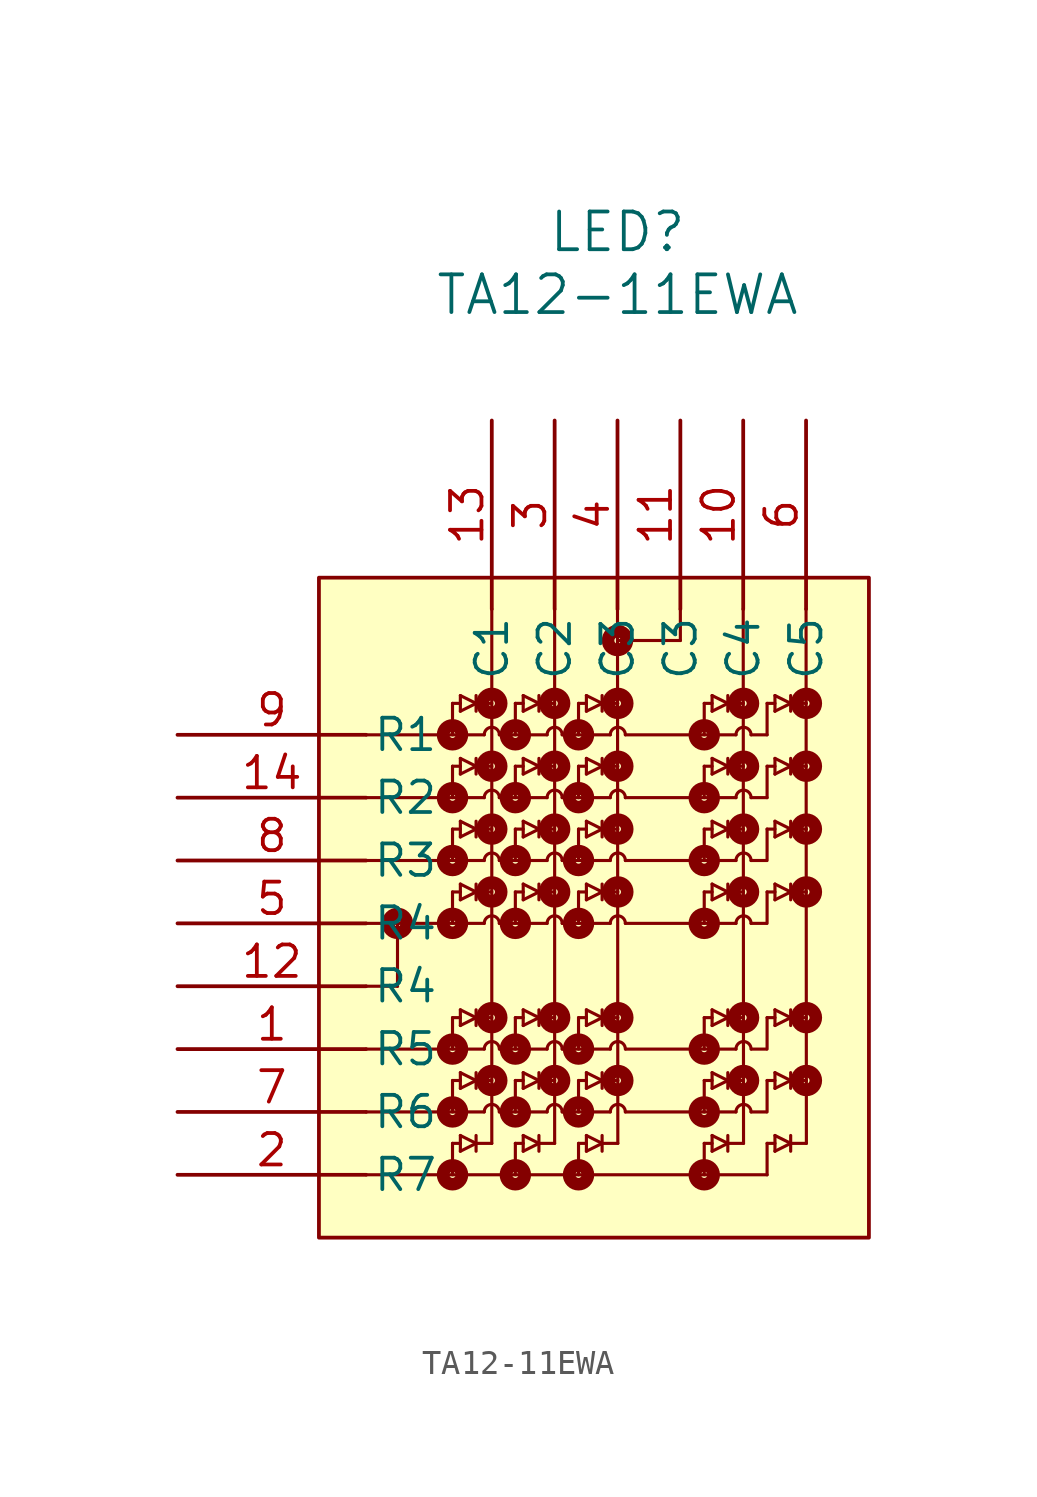
<source format=kicad_sym>
(kicad_symbol_lib
  (version 20231120)
  (generator "kicad_symbol_editor")
  (generator_version "8.0")
  (symbol "TA12-11EWA"
    (pin_names
      (offset 0.254))
    (property "Reference" "LED"
      (at 17.78 20.32 0)
      (effects (font (size 1.524 1.524))))
    (property "Value" "TA12-11EWA"
      (at 17.78 17.78 0)
      (effects (font (size 1.524 1.524))))
    (property "ki_locked" ""
      (at 0 0 0)
      (effects (font (size 1.27 1.27))))
    (symbol "TA12-11EWA_0_1"
      (polyline (pts (xy 7.62 -15.24) (xy 12.395 -15.24)) (stroke (width 0.127) (type default)) (fill (type none)))
      (polyline (pts (xy 7.62 -12.7) (xy 12.395 -12.7)) (stroke (width 0.127) (type default)) (fill (type none)))
      (polyline (pts (xy 7.62 -10.16) (xy 8.89 -10.16)) (stroke (width 0.127) (type default)) (fill (type none)))
      (polyline (pts (xy 7.62 -7.62) (xy 12.395 -7.62)) (stroke (width 0.127) (type default)) (fill (type none)))
      (polyline (pts (xy 7.62 -5.08) (xy 12.395 -5.08)) (stroke (width 0.127) (type default)) (fill (type none)))
      (polyline (pts (xy 7.62 -2.54) (xy 12.395 -2.54)) (stroke (width 0.127) (type default)) (fill (type none)))
      (polyline (pts (xy 7.62 0) (xy 12.395 0)) (stroke (width 0.127) (type default)) (fill (type none)))
      (polyline (pts (xy 8.89 -10.16) (xy 8.89 -7.62)) (stroke (width 0.127) (type default)) (fill (type none)))
      (polyline (pts (xy 11.113 -17.78) (xy 11.113 -16.51)) (stroke (width 0.127) (type default)) (fill (type none)))
      (polyline (pts (xy 11.113 -16.51) (xy 11.43 -16.51)) (stroke (width 0.127) (type default)) (fill (type none)))
      (polyline (pts (xy 11.113 -15.24) (xy 11.113 -13.97)) (stroke (width 0.127) (type default)) (fill (type none)))
      (polyline (pts (xy 11.113 -13.97) (xy 11.43 -13.97)) (stroke (width 0.127) (type default)) (fill (type none)))
      (polyline (pts (xy 11.113 -12.7) (xy 11.113 -11.43)) (stroke (width 0.127) (type default)) (fill (type none)))
      (polyline (pts (xy 11.113 -11.43) (xy 11.43 -11.43)) (stroke (width 0.127) (type default)) (fill (type none)))
      (polyline (pts (xy 11.113 -7.62) (xy 11.113 -6.35)) (stroke (width 0.127) (type default)) (fill (type none)))
      (polyline (pts (xy 11.113 -6.35) (xy 11.43 -6.35)) (stroke (width 0.127) (type default)) (fill (type none)))
      (polyline (pts (xy 11.113 -5.08) (xy 11.113 -3.81)) (stroke (width 0.127) (type default)) (fill (type none)))
      (polyline (pts (xy 11.113 -3.81) (xy 11.43 -3.81)) (stroke (width 0.127) (type default)) (fill (type none)))
      (polyline (pts (xy 11.113 -2.54) (xy 11.113 -1.27)) (stroke (width 0.127) (type default)) (fill (type none)))
      (polyline (pts (xy 11.113 -1.27) (xy 11.43 -1.27)) (stroke (width 0.127) (type default)) (fill (type none)))
      (polyline (pts (xy 11.113 0) (xy 11.113 1.27)) (stroke (width 0.127) (type default)) (fill (type none)))
      (polyline (pts (xy 11.113 1.27) (xy 11.43 1.27)) (stroke (width 0.127) (type default)) (fill (type none)))
      (polyline (pts (xy 11.43 -16.828) (xy 12.065 -16.51)) (stroke (width 0.127) (type default)) (fill (type none)))
      (polyline (pts (xy 11.43 -16.192) (xy 11.43 -16.828)) (stroke (width 0.127) (type default)) (fill (type none)))
      (polyline (pts (xy 11.43 -14.287) (xy 12.065 -13.97)) (stroke (width 0.127) (type default)) (fill (type none)))
      (polyline (pts (xy 11.43 -13.652) (xy 11.43 -14.287)) (stroke (width 0.127) (type default)) (fill (type none)))
      (polyline (pts (xy 11.43 -11.748) (xy 12.065 -11.43)) (stroke (width 0.127) (type default)) (fill (type none)))
      (polyline (pts (xy 11.43 -11.113) (xy 11.43 -11.748)) (stroke (width 0.127) (type default)) (fill (type none)))
      (polyline (pts (xy 11.43 -6.668) (xy 12.065 -6.35)) (stroke (width 0.127) (type default)) (fill (type none)))
      (polyline (pts (xy 11.43 -6.032) (xy 11.43 -6.668)) (stroke (width 0.127) (type default)) (fill (type none)))
      (polyline (pts (xy 11.43 -4.128) (xy 12.065 -3.81)) (stroke (width 0.127) (type default)) (fill (type none)))
      (polyline (pts (xy 11.43 -3.493) (xy 11.43 -4.128)) (stroke (width 0.127) (type default)) (fill (type none)))
      (polyline (pts (xy 11.43 -1.587) (xy 12.065 -1.27)) (stroke (width 0.127) (type default)) (fill (type none)))
      (polyline (pts (xy 11.43 -0.953) (xy 11.43 -1.587)) (stroke (width 0.127) (type default)) (fill (type none)))
      (polyline (pts (xy 11.43 0.953) (xy 12.065 1.27)) (stroke (width 0.127) (type default)) (fill (type none)))
      (polyline (pts (xy 11.43 1.587) (xy 11.43 0.953)) (stroke (width 0.127) (type default)) (fill (type none)))
      (polyline (pts (xy 12.065 -16.51) (xy 11.43 -16.192)) (stroke (width 0.127) (type default)) (fill (type none)))
      (polyline (pts (xy 12.065 -16.192) (xy 12.065 -16.828)) (stroke (width 0.127) (type default)) (fill (type none)))
      (polyline (pts (xy 12.065 -13.97) (xy 11.43 -13.652)) (stroke (width 0.127) (type default)) (fill (type none)))
      (polyline (pts (xy 12.065 -13.652) (xy 12.065 -14.287)) (stroke (width 0.127) (type default)) (fill (type none)))
      (polyline (pts (xy 12.065 -11.43) (xy 11.43 -11.113)) (stroke (width 0.127) (type default)) (fill (type none)))
      (polyline (pts (xy 12.065 -11.113) (xy 12.065 -11.748)) (stroke (width 0.127) (type default)) (fill (type none)))
      (polyline (pts (xy 12.065 -6.35) (xy 11.43 -6.032)) (stroke (width 0.127) (type default)) (fill (type none)))
      (polyline (pts (xy 12.065 -6.032) (xy 12.065 -6.668)) (stroke (width 0.127) (type default)) (fill (type none)))
      (polyline (pts (xy 12.065 -3.81) (xy 11.43 -3.493)) (stroke (width 0.127) (type default)) (fill (type none)))
      (polyline (pts (xy 12.065 -3.493) (xy 12.065 -4.128)) (stroke (width 0.127) (type default)) (fill (type none)))
      (polyline (pts (xy 12.065 -1.27) (xy 11.43 -0.953)) (stroke (width 0.127) (type default)) (fill (type none)))
      (polyline (pts (xy 12.065 -0.953) (xy 12.065 -1.587)) (stroke (width 0.127) (type default)) (fill (type none)))
      (polyline (pts (xy 12.065 1.27) (xy 11.43 1.587)) (stroke (width 0.127) (type default)) (fill (type none)))
      (polyline (pts (xy 12.065 1.587) (xy 12.065 0.953)) (stroke (width 0.127) (type default)) (fill (type none)))
      (polyline (pts (xy 12.7 -16.51) (xy 12.065 -16.51)) (stroke (width 0.127) (type default)) (fill (type none)))
      (polyline (pts (xy 12.7 -16.51) (xy 12.7 5.08)) (stroke (width 0.127) (type default)) (fill (type none)))
      (polyline (pts (xy 12.7 -13.97) (xy 12.065 -13.97)) (stroke (width 0.127) (type default)) (fill (type none)))
      (polyline (pts (xy 12.7 -11.43) (xy 12.065 -11.43)) (stroke (width 0.127) (type default)) (fill (type none)))
      (polyline (pts (xy 12.7 -6.35) (xy 12.065 -6.35)) (stroke (width 0.127) (type default)) (fill (type none)))
      (polyline (pts (xy 12.7 -3.81) (xy 12.065 -3.81)) (stroke (width 0.127) (type default)) (fill (type none)))
      (polyline (pts (xy 12.7 -1.27) (xy 12.065 -1.27)) (stroke (width 0.127) (type default)) (fill (type none)))
      (polyline (pts (xy 12.7 1.27) (xy 12.065 1.27)) (stroke (width 0.127) (type default)) (fill (type none)))
      (polyline (pts (xy 13.005 -15.24) (xy 14.935 -15.24)) (stroke (width 0.127) (type default)) (fill (type none)))
      (polyline (pts (xy 13.005 -7.62) (xy 14.935 -7.62)) (stroke (width 0.127) (type default)) (fill (type none)))
      (polyline (pts (xy 13.005 -5.08) (xy 14.935 -5.08)) (stroke (width 0.127) (type default)) (fill (type none)))
      (polyline (pts (xy 13.005 -2.54) (xy 14.935 -2.54)) (stroke (width 0.127) (type default)) (fill (type none)))
      (polyline (pts (xy 13.005 0) (xy 14.935 0)) (stroke (width 0.127) (type default)) (fill (type none)))
      (polyline (pts (xy 13.018 -12.7) (xy 14.935 -12.7)) (stroke (width 0.127) (type default)) (fill (type none)))
      (polyline (pts (xy 13.652 -17.78) (xy 13.652 -16.51)) (stroke (width 0.127) (type default)) (fill (type none)))
      (polyline (pts (xy 13.652 -16.51) (xy 13.97 -16.51)) (stroke (width 0.127) (type default)) (fill (type none)))
      (polyline (pts (xy 13.652 -15.24) (xy 13.652 -13.97)) (stroke (width 0.127) (type default)) (fill (type none)))
      (polyline (pts (xy 13.652 -13.97) (xy 13.97 -13.97)) (stroke (width 0.127) (type default)) (fill (type none)))
      (polyline (pts (xy 13.652 -12.7) (xy 13.652 -11.43)) (stroke (width 0.127) (type default)) (fill (type none)))
      (polyline (pts (xy 13.652 -11.43) (xy 13.97 -11.43)) (stroke (width 0.127) (type default)) (fill (type none)))
      (polyline (pts (xy 13.652 -7.62) (xy 13.652 -6.35)) (stroke (width 0.127) (type default)) (fill (type none)))
      (polyline (pts (xy 13.652 -6.35) (xy 13.97 -6.35)) (stroke (width 0.127) (type default)) (fill (type none)))
      (polyline (pts (xy 13.652 -5.08) (xy 13.652 -3.81)) (stroke (width 0.127) (type default)) (fill (type none)))
      (polyline (pts (xy 13.652 -3.81) (xy 13.97 -3.81)) (stroke (width 0.127) (type default)) (fill (type none)))
      (polyline (pts (xy 13.652 -2.54) (xy 13.652 -1.27)) (stroke (width 0.127) (type default)) (fill (type none)))
      (polyline (pts (xy 13.652 -1.27) (xy 13.97 -1.27)) (stroke (width 0.127) (type default)) (fill (type none)))
      (polyline (pts (xy 13.652 0) (xy 13.652 1.27)) (stroke (width 0.127) (type default)) (fill (type none)))
      (polyline (pts (xy 13.652 1.27) (xy 13.97 1.27)) (stroke (width 0.127) (type default)) (fill (type none)))
      (polyline (pts (xy 13.97 -16.828) (xy 14.605 -16.51)) (stroke (width 0.127) (type default)) (fill (type none)))
      (polyline (pts (xy 13.97 -16.192) (xy 13.97 -16.828)) (stroke (width 0.127) (type default)) (fill (type none)))
      (polyline (pts (xy 13.97 -14.287) (xy 14.605 -13.97)) (stroke (width 0.127) (type default)) (fill (type none)))
      (polyline (pts (xy 13.97 -13.652) (xy 13.97 -14.287)) (stroke (width 0.127) (type default)) (fill (type none)))
      (polyline (pts (xy 13.97 -11.748) (xy 14.605 -11.43)) (stroke (width 0.127) (type default)) (fill (type none)))
      (polyline (pts (xy 13.97 -11.113) (xy 13.97 -11.748)) (stroke (width 0.127) (type default)) (fill (type none)))
      (polyline (pts (xy 13.97 -6.668) (xy 14.605 -6.35)) (stroke (width 0.127) (type default)) (fill (type none)))
      (polyline (pts (xy 13.97 -6.032) (xy 13.97 -6.668)) (stroke (width 0.127) (type default)) (fill (type none)))
      (polyline (pts (xy 13.97 -4.128) (xy 14.605 -3.81)) (stroke (width 0.127) (type default)) (fill (type none)))
      (polyline (pts (xy 13.97 -3.493) (xy 13.97 -4.128)) (stroke (width 0.127) (type default)) (fill (type none)))
      (polyline (pts (xy 13.97 -1.587) (xy 14.605 -1.27)) (stroke (width 0.127) (type default)) (fill (type none)))
      (polyline (pts (xy 13.97 -0.953) (xy 13.97 -1.587)) (stroke (width 0.127) (type default)) (fill (type none)))
      (polyline (pts (xy 13.97 0.953) (xy 14.605 1.27)) (stroke (width 0.127) (type default)) (fill (type none)))
      (polyline (pts (xy 13.97 1.587) (xy 13.97 0.953)) (stroke (width 0.127) (type default)) (fill (type none)))
      (polyline (pts (xy 14.605 -16.51) (xy 13.97 -16.192)) (stroke (width 0.127) (type default)) (fill (type none)))
      (polyline (pts (xy 14.605 -16.192) (xy 14.605 -16.828)) (stroke (width 0.127) (type default)) (fill (type none)))
      (polyline (pts (xy 14.605 -13.97) (xy 13.97 -13.652)) (stroke (width 0.127) (type default)) (fill (type none)))
      (polyline (pts (xy 14.605 -13.652) (xy 14.605 -14.287)) (stroke (width 0.127) (type default)) (fill (type none)))
      (polyline (pts (xy 14.605 -11.43) (xy 13.97 -11.113)) (stroke (width 0.127) (type default)) (fill (type none)))
      (polyline (pts (xy 14.605 -11.113) (xy 14.605 -11.748)) (stroke (width 0.127) (type default)) (fill (type none)))
      (polyline (pts (xy 14.605 -6.35) (xy 13.97 -6.032)) (stroke (width 0.127) (type default)) (fill (type none)))
      (polyline (pts (xy 14.605 -6.032) (xy 14.605 -6.668)) (stroke (width 0.127) (type default)) (fill (type none)))
      (polyline (pts (xy 14.605 -3.81) (xy 13.97 -3.493)) (stroke (width 0.127) (type default)) (fill (type none)))
      (polyline (pts (xy 14.605 -3.493) (xy 14.605 -4.128)) (stroke (width 0.127) (type default)) (fill (type none)))
      (polyline (pts (xy 14.605 -1.27) (xy 13.97 -0.953)) (stroke (width 0.127) (type default)) (fill (type none)))
      (polyline (pts (xy 14.605 -0.953) (xy 14.605 -1.587)) (stroke (width 0.127) (type default)) (fill (type none)))
      (polyline (pts (xy 14.605 1.27) (xy 13.97 1.587)) (stroke (width 0.127) (type default)) (fill (type none)))
      (polyline (pts (xy 14.605 1.587) (xy 14.605 0.953)) (stroke (width 0.127) (type default)) (fill (type none)))
      (polyline (pts (xy 15.24 -16.51) (xy 14.605 -16.51)) (stroke (width 0.127) (type default)) (fill (type none)))
      (polyline (pts (xy 15.24 -13.97) (xy 14.605 -13.97)) (stroke (width 0.127) (type default)) (fill (type none)))
      (polyline (pts (xy 15.24 -11.43) (xy 14.605 -11.43)) (stroke (width 0.127) (type default)) (fill (type none)))
      (polyline (pts (xy 15.24 -6.35) (xy 14.605 -6.35)) (stroke (width 0.127) (type default)) (fill (type none)))
      (polyline (pts (xy 15.24 -3.81) (xy 14.605 -3.81)) (stroke (width 0.127) (type default)) (fill (type none)))
      (polyline (pts (xy 15.24 -1.27) (xy 14.605 -1.27)) (stroke (width 0.127) (type default)) (fill (type none)))
      (polyline (pts (xy 15.24 1.27) (xy 14.605 1.27)) (stroke (width 0.127) (type default)) (fill (type none)))
      (polyline (pts (xy 15.24 5.08) (xy 15.24 -16.51)) (stroke (width 0.127) (type default)) (fill (type none)))
      (polyline (pts (xy 15.545 -15.24) (xy 17.488 -15.24)) (stroke (width 0.127) (type default)) (fill (type none)))
      (polyline (pts (xy 15.545 -12.7) (xy 17.488 -12.7)) (stroke (width 0.127) (type default)) (fill (type none)))
      (polyline (pts (xy 15.545 -7.62) (xy 17.488 -7.62)) (stroke (width 0.127) (type default)) (fill (type none)))
      (polyline (pts (xy 15.545 -5.08) (xy 17.488 -5.08)) (stroke (width 0.127) (type default)) (fill (type none)))
      (polyline (pts (xy 15.545 -2.54) (xy 17.488 -2.54)) (stroke (width 0.127) (type default)) (fill (type none)))
      (polyline (pts (xy 15.545 0) (xy 17.488 0)) (stroke (width 0.127) (type default)) (fill (type none)))
      (polyline (pts (xy 16.205 -17.78) (xy 16.205 -16.51)) (stroke (width 0.127) (type default)) (fill (type none)))
      (polyline (pts (xy 16.205 -16.51) (xy 16.523 -16.51)) (stroke (width 0.127) (type default)) (fill (type none)))
      (polyline (pts (xy 16.205 -15.24) (xy 16.205 -13.97)) (stroke (width 0.127) (type default)) (fill (type none)))
      (polyline (pts (xy 16.205 -13.97) (xy 16.523 -13.97)) (stroke (width 0.127) (type default)) (fill (type none)))
      (polyline (pts (xy 16.205 -12.7) (xy 16.205 -11.43)) (stroke (width 0.127) (type default)) (fill (type none)))
      (polyline (pts (xy 16.205 -11.43) (xy 16.523 -11.43)) (stroke (width 0.127) (type default)) (fill (type none)))
      (polyline (pts (xy 16.205 -7.62) (xy 16.205 -6.35)) (stroke (width 0.127) (type default)) (fill (type none)))
      (polyline (pts (xy 16.205 -6.35) (xy 16.523 -6.35)) (stroke (width 0.127) (type default)) (fill (type none)))
      (polyline (pts (xy 16.205 -5.08) (xy 16.205 -3.81)) (stroke (width 0.127) (type default)) (fill (type none)))
      (polyline (pts (xy 16.205 -3.81) (xy 16.523 -3.81)) (stroke (width 0.127) (type default)) (fill (type none)))
      (polyline (pts (xy 16.205 -2.54) (xy 16.205 -1.27)) (stroke (width 0.127) (type default)) (fill (type none)))
      (polyline (pts (xy 16.205 -1.27) (xy 16.523 -1.27)) (stroke (width 0.127) (type default)) (fill (type none)))
      (polyline (pts (xy 16.205 0) (xy 16.205 1.27)) (stroke (width 0.127) (type default)) (fill (type none)))
      (polyline (pts (xy 16.205 1.27) (xy 16.523 1.27)) (stroke (width 0.127) (type default)) (fill (type none)))
      (polyline (pts (xy 16.523 -16.828) (xy 17.158 -16.51)) (stroke (width 0.127) (type default)) (fill (type none)))
      (polyline (pts (xy 16.523 -16.192) (xy 16.523 -16.828)) (stroke (width 0.127) (type default)) (fill (type none)))
      (polyline (pts (xy 16.523 -14.287) (xy 17.158 -13.97)) (stroke (width 0.127) (type default)) (fill (type none)))
      (polyline (pts (xy 16.523 -13.652) (xy 16.523 -14.287)) (stroke (width 0.127) (type default)) (fill (type none)))
      (polyline (pts (xy 16.523 -11.748) (xy 17.158 -11.43)) (stroke (width 0.127) (type default)) (fill (type none)))
      (polyline (pts (xy 16.523 -11.113) (xy 16.523 -11.748)) (stroke (width 0.127) (type default)) (fill (type none)))
      (polyline (pts (xy 16.523 -6.668) (xy 17.158 -6.35)) (stroke (width 0.127) (type default)) (fill (type none)))
      (polyline (pts (xy 16.523 -6.032) (xy 16.523 -6.668)) (stroke (width 0.127) (type default)) (fill (type none)))
      (polyline (pts (xy 16.523 -4.128) (xy 17.158 -3.81)) (stroke (width 0.127) (type default)) (fill (type none)))
      (polyline (pts (xy 16.523 -3.493) (xy 16.523 -4.128)) (stroke (width 0.127) (type default)) (fill (type none)))
      (polyline (pts (xy 16.523 -1.587) (xy 17.158 -1.27)) (stroke (width 0.127) (type default)) (fill (type none)))
      (polyline (pts (xy 16.523 -0.953) (xy 16.523 -1.587)) (stroke (width 0.127) (type default)) (fill (type none)))
      (polyline (pts (xy 16.523 0.953) (xy 17.158 1.27)) (stroke (width 0.127) (type default)) (fill (type none)))
      (polyline (pts (xy 16.523 1.587) (xy 16.523 0.953)) (stroke (width 0.127) (type default)) (fill (type none)))
      (polyline (pts (xy 17.158 -16.51) (xy 16.523 -16.192)) (stroke (width 0.127) (type default)) (fill (type none)))
      (polyline (pts (xy 17.158 -16.192) (xy 17.158 -16.828)) (stroke (width 0.127) (type default)) (fill (type none)))
      (polyline (pts (xy 17.158 -13.97) (xy 16.523 -13.652)) (stroke (width 0.127) (type default)) (fill (type none)))
      (polyline (pts (xy 17.158 -13.652) (xy 17.158 -14.287)) (stroke (width 0.127) (type default)) (fill (type none)))
      (polyline (pts (xy 17.158 -11.43) (xy 16.523 -11.113)) (stroke (width 0.127) (type default)) (fill (type none)))
      (polyline (pts (xy 17.158 -11.113) (xy 17.158 -11.748)) (stroke (width 0.127) (type default)) (fill (type none)))
      (polyline (pts (xy 17.158 -6.35) (xy 16.523 -6.032)) (stroke (width 0.127) (type default)) (fill (type none)))
      (polyline (pts (xy 17.158 -6.032) (xy 17.158 -6.668)) (stroke (width 0.127) (type default)) (fill (type none)))
      (polyline (pts (xy 17.158 -3.81) (xy 16.523 -3.493)) (stroke (width 0.127) (type default)) (fill (type none)))
      (polyline (pts (xy 17.158 -3.493) (xy 17.158 -4.128)) (stroke (width 0.127) (type default)) (fill (type none)))
      (polyline (pts (xy 17.158 -1.27) (xy 16.523 -0.953)) (stroke (width 0.127) (type default)) (fill (type none)))
      (polyline (pts (xy 17.158 -0.953) (xy 17.158 -1.587)) (stroke (width 0.127) (type default)) (fill (type none)))
      (polyline (pts (xy 17.158 1.27) (xy 16.523 1.587)) (stroke (width 0.127) (type default)) (fill (type none)))
      (polyline (pts (xy 17.158 1.587) (xy 17.158 0.953)) (stroke (width 0.127) (type default)) (fill (type none)))
      (polyline (pts (xy 17.793 -16.51) (xy 17.158 -16.51)) (stroke (width 0.127) (type default)) (fill (type none)))
      (polyline (pts (xy 17.793 -16.51) (xy 17.78 5.08)) (stroke (width 0.127) (type default)) (fill (type none)))
      (polyline (pts (xy 17.793 -13.97) (xy 17.158 -13.97)) (stroke (width 0.127) (type default)) (fill (type none)))
      (polyline (pts (xy 17.793 -11.43) (xy 17.158 -11.43)) (stroke (width 0.127) (type default)) (fill (type none)))
      (polyline (pts (xy 17.793 -6.35) (xy 17.158 -6.35)) (stroke (width 0.127) (type default)) (fill (type none)))
      (polyline (pts (xy 17.793 -3.81) (xy 17.158 -3.81)) (stroke (width 0.127) (type default)) (fill (type none)))
      (polyline (pts (xy 17.793 -1.27) (xy 17.158 -1.27)) (stroke (width 0.127) (type default)) (fill (type none)))
      (polyline (pts (xy 17.793 1.27) (xy 17.158 1.27)) (stroke (width 0.127) (type default)) (fill (type none)))
      (polyline (pts (xy 18.098 -15.24) (xy 22.568 -15.24)) (stroke (width 0.127) (type default)) (fill (type none)))
      (polyline (pts (xy 18.098 -7.62) (xy 22.568 -7.62)) (stroke (width 0.127) (type default)) (fill (type none)))
      (polyline (pts (xy 18.098 -5.08) (xy 22.568 -5.08)) (stroke (width 0.127) (type default)) (fill (type none)))
      (polyline (pts (xy 18.098 -2.54) (xy 22.568 -2.54)) (stroke (width 0.127) (type default)) (fill (type none)))
      (polyline (pts (xy 18.098 0) (xy 22.568 0)) (stroke (width 0.127) (type default)) (fill (type none)))
      (polyline (pts (xy 18.11 -12.7) (xy 22.568 -12.7)) (stroke (width 0.127) (type default)) (fill (type none)))
      (polyline (pts (xy 20.32 3.81) (xy 17.78 3.81)) (stroke (width 0.127) (type default)) (fill (type none)))
      (polyline (pts (xy 20.32 5.08) (xy 20.32 3.81)) (stroke (width 0.127) (type default)) (fill (type none)))
      (polyline (pts (xy 21.285 -17.78) (xy 21.285 -16.51)) (stroke (width 0.127) (type default)) (fill (type none)))
      (polyline (pts (xy 21.285 -16.51) (xy 21.603 -16.51)) (stroke (width 0.127) (type default)) (fill (type none)))
      (polyline (pts (xy 21.285 -15.24) (xy 21.285 -13.97)) (stroke (width 0.127) (type default)) (fill (type none)))
      (polyline (pts (xy 21.285 -13.97) (xy 21.603 -13.97)) (stroke (width 0.127) (type default)) (fill (type none)))
      (polyline (pts (xy 21.285 -12.7) (xy 21.285 -11.43)) (stroke (width 0.127) (type default)) (fill (type none)))
      (polyline (pts (xy 21.285 -11.43) (xy 21.603 -11.43)) (stroke (width 0.127) (type default)) (fill (type none)))
      (polyline (pts (xy 21.285 -7.62) (xy 21.285 -6.35)) (stroke (width 0.127) (type default)) (fill (type none)))
      (polyline (pts (xy 21.285 -6.35) (xy 21.603 -6.35)) (stroke (width 0.127) (type default)) (fill (type none)))
      (polyline (pts (xy 21.285 -5.08) (xy 21.285 -3.81)) (stroke (width 0.127) (type default)) (fill (type none)))
      (polyline (pts (xy 21.285 -3.81) (xy 21.603 -3.81)) (stroke (width 0.127) (type default)) (fill (type none)))
      (polyline (pts (xy 21.285 -2.54) (xy 21.285 -1.27)) (stroke (width 0.127) (type default)) (fill (type none)))
      (polyline (pts (xy 21.285 -1.27) (xy 21.603 -1.27)) (stroke (width 0.127) (type default)) (fill (type none)))
      (polyline (pts (xy 21.285 0) (xy 21.285 1.27)) (stroke (width 0.127) (type default)) (fill (type none)))
      (polyline (pts (xy 21.285 1.27) (xy 21.603 1.27)) (stroke (width 0.127) (type default)) (fill (type none)))
      (polyline (pts (xy 21.603 -16.828) (xy 22.238 -16.51)) (stroke (width 0.127) (type default)) (fill (type none)))
      (polyline (pts (xy 21.603 -16.192) (xy 21.603 -16.828)) (stroke (width 0.127) (type default)) (fill (type none)))
      (polyline (pts (xy 21.603 -14.287) (xy 22.238 -13.97)) (stroke (width 0.127) (type default)) (fill (type none)))
      (polyline (pts (xy 21.603 -13.652) (xy 21.603 -14.287)) (stroke (width 0.127) (type default)) (fill (type none)))
      (polyline (pts (xy 21.603 -11.748) (xy 22.238 -11.43)) (stroke (width 0.127) (type default)) (fill (type none)))
      (polyline (pts (xy 21.603 -11.113) (xy 21.603 -11.748)) (stroke (width 0.127) (type default)) (fill (type none)))
      (polyline (pts (xy 21.603 -6.668) (xy 22.238 -6.35)) (stroke (width 0.127) (type default)) (fill (type none)))
      (polyline (pts (xy 21.603 -6.032) (xy 21.603 -6.668)) (stroke (width 0.127) (type default)) (fill (type none)))
      (polyline (pts (xy 21.603 -4.128) (xy 22.238 -3.81)) (stroke (width 0.127) (type default)) (fill (type none)))
      (polyline (pts (xy 21.603 -3.493) (xy 21.603 -4.128)) (stroke (width 0.127) (type default)) (fill (type none)))
      (polyline (pts (xy 21.603 -1.587) (xy 22.238 -1.27)) (stroke (width 0.127) (type default)) (fill (type none)))
      (polyline (pts (xy 21.603 -0.953) (xy 21.603 -1.587)) (stroke (width 0.127) (type default)) (fill (type none)))
      (polyline (pts (xy 21.603 0.953) (xy 22.238 1.27)) (stroke (width 0.127) (type default)) (fill (type none)))
      (polyline (pts (xy 21.603 1.587) (xy 21.603 0.953)) (stroke (width 0.127) (type default)) (fill (type none)))
      (polyline (pts (xy 22.238 -16.51) (xy 21.603 -16.192)) (stroke (width 0.127) (type default)) (fill (type none)))
      (polyline (pts (xy 22.238 -16.192) (xy 22.238 -16.828)) (stroke (width 0.127) (type default)) (fill (type none)))
      (polyline (pts (xy 22.238 -13.97) (xy 21.603 -13.652)) (stroke (width 0.127) (type default)) (fill (type none)))
      (polyline (pts (xy 22.238 -13.652) (xy 22.238 -14.287)) (stroke (width 0.127) (type default)) (fill (type none)))
      (polyline (pts (xy 22.238 -11.43) (xy 21.603 -11.113)) (stroke (width 0.127) (type default)) (fill (type none)))
      (polyline (pts (xy 22.238 -11.113) (xy 22.238 -11.748)) (stroke (width 0.127) (type default)) (fill (type none)))
      (polyline (pts (xy 22.238 -6.35) (xy 21.603 -6.032)) (stroke (width 0.127) (type default)) (fill (type none)))
      (polyline (pts (xy 22.238 -6.032) (xy 22.238 -6.668)) (stroke (width 0.127) (type default)) (fill (type none)))
      (polyline (pts (xy 22.238 -3.81) (xy 21.603 -3.493)) (stroke (width 0.127) (type default)) (fill (type none)))
      (polyline (pts (xy 22.238 -3.493) (xy 22.238 -4.128)) (stroke (width 0.127) (type default)) (fill (type none)))
      (polyline (pts (xy 22.238 -1.27) (xy 21.603 -0.953)) (stroke (width 0.127) (type default)) (fill (type none)))
      (polyline (pts (xy 22.238 -0.953) (xy 22.238 -1.587)) (stroke (width 0.127) (type default)) (fill (type none)))
      (polyline (pts (xy 22.238 1.27) (xy 21.603 1.587)) (stroke (width 0.127) (type default)) (fill (type none)))
      (polyline (pts (xy 22.238 1.587) (xy 22.238 0.953)) (stroke (width 0.127) (type default)) (fill (type none)))
      (polyline (pts (xy 22.873 -16.51) (xy 22.238 -16.51)) (stroke (width 0.127) (type default)) (fill (type none)))
      (polyline (pts (xy 22.873 -16.51) (xy 22.86 5.08)) (stroke (width 0.127) (type default)) (fill (type none)))
      (polyline (pts (xy 22.873 -13.97) (xy 22.238 -13.97)) (stroke (width 0.127) (type default)) (fill (type none)))
      (polyline (pts (xy 22.873 -11.43) (xy 22.238 -11.43)) (stroke (width 0.127) (type default)) (fill (type none)))
      (polyline (pts (xy 22.873 -6.35) (xy 22.238 -6.35)) (stroke (width 0.127) (type default)) (fill (type none)))
      (polyline (pts (xy 22.873 -3.81) (xy 22.238 -3.81)) (stroke (width 0.127) (type default)) (fill (type none)))
      (polyline (pts (xy 22.873 -1.27) (xy 22.238 -1.27)) (stroke (width 0.127) (type default)) (fill (type none)))
      (polyline (pts (xy 22.873 1.27) (xy 22.238 1.27)) (stroke (width 0.127) (type default)) (fill (type none)))
      (polyline (pts (xy 23.177 -15.24) (xy 23.8 -15.24)) (stroke (width 0.127) (type default)) (fill (type none)))
      (polyline (pts (xy 23.177 -7.62) (xy 23.8 -7.62)) (stroke (width 0.127) (type default)) (fill (type none)))
      (polyline (pts (xy 23.177 -5.08) (xy 23.8 -5.08)) (stroke (width 0.127) (type default)) (fill (type none)))
      (polyline (pts (xy 23.177 -2.54) (xy 23.825 -2.54)) (stroke (width 0.127) (type default)) (fill (type none)))
      (polyline (pts (xy 23.177 0) (xy 23.825 0)) (stroke (width 0.127) (type default)) (fill (type none)))
      (polyline (pts (xy 23.19 -12.7) (xy 23.8 -12.7)) (stroke (width 0.127) (type default)) (fill (type none)))
      (polyline (pts (xy 23.825 -17.78) (xy 7.62 -17.78)) (stroke (width 0.127) (type default)) (fill (type none)))
      (polyline (pts (xy 23.825 -17.78) (xy 23.825 -16.51)) (stroke (width 0.127) (type default)) (fill (type none)))
      (polyline (pts (xy 23.825 -16.51) (xy 24.143 -16.51)) (stroke (width 0.127) (type default)) (fill (type none)))
      (polyline (pts (xy 23.825 -15.24) (xy 23.825 -13.97)) (stroke (width 0.127) (type default)) (fill (type none)))
      (polyline (pts (xy 23.825 -13.97) (xy 24.143 -13.97)) (stroke (width 0.127) (type default)) (fill (type none)))
      (polyline (pts (xy 23.825 -12.7) (xy 23.825 -11.43)) (stroke (width 0.127) (type default)) (fill (type none)))
      (polyline (pts (xy 23.825 -11.43) (xy 24.143 -11.43)) (stroke (width 0.127) (type default)) (fill (type none)))
      (polyline (pts (xy 23.825 -7.62) (xy 23.825 -6.35)) (stroke (width 0.127) (type default)) (fill (type none)))
      (polyline (pts (xy 23.825 -6.35) (xy 24.143 -6.35)) (stroke (width 0.127) (type default)) (fill (type none)))
      (polyline (pts (xy 23.825 -5.08) (xy 23.825 -3.81)) (stroke (width 0.127) (type default)) (fill (type none)))
      (polyline (pts (xy 23.825 -3.81) (xy 24.143 -3.81)) (stroke (width 0.127) (type default)) (fill (type none)))
      (polyline (pts (xy 23.825 -2.54) (xy 23.825 -1.27)) (stroke (width 0.127) (type default)) (fill (type none)))
      (polyline (pts (xy 23.825 -1.27) (xy 24.143 -1.27)) (stroke (width 0.127) (type default)) (fill (type none)))
      (polyline (pts (xy 23.825 0) (xy 23.825 1.27)) (stroke (width 0.127) (type default)) (fill (type none)))
      (polyline (pts (xy 23.825 1.27) (xy 24.143 1.27)) (stroke (width 0.127) (type default)) (fill (type none)))
      (polyline (pts (xy 24.143 -16.828) (xy 24.778 -16.51)) (stroke (width 0.127) (type default)) (fill (type none)))
      (polyline (pts (xy 24.143 -16.192) (xy 24.143 -16.828)) (stroke (width 0.127) (type default)) (fill (type none)))
      (polyline (pts (xy 24.143 -14.287) (xy 24.778 -13.97)) (stroke (width 0.127) (type default)) (fill (type none)))
      (polyline (pts (xy 24.143 -13.652) (xy 24.143 -14.287)) (stroke (width 0.127) (type default)) (fill (type none)))
      (polyline (pts (xy 24.143 -11.748) (xy 24.778 -11.43)) (stroke (width 0.127) (type default)) (fill (type none)))
      (polyline (pts (xy 24.143 -11.113) (xy 24.143 -11.748)) (stroke (width 0.127) (type default)) (fill (type none)))
      (polyline (pts (xy 24.143 -6.668) (xy 24.778 -6.35)) (stroke (width 0.127) (type default)) (fill (type none)))
      (polyline (pts (xy 24.143 -6.032) (xy 24.143 -6.668)) (stroke (width 0.127) (type default)) (fill (type none)))
      (polyline (pts (xy 24.143 -4.128) (xy 24.778 -3.81)) (stroke (width 0.127) (type default)) (fill (type none)))
      (polyline (pts (xy 24.143 -3.493) (xy 24.143 -4.128)) (stroke (width 0.127) (type default)) (fill (type none)))
      (polyline (pts (xy 24.143 -1.587) (xy 24.778 -1.27)) (stroke (width 0.127) (type default)) (fill (type none)))
      (polyline (pts (xy 24.143 -0.953) (xy 24.143 -1.587)) (stroke (width 0.127) (type default)) (fill (type none)))
      (polyline (pts (xy 24.143 0.953) (xy 24.778 1.27)) (stroke (width 0.127) (type default)) (fill (type none)))
      (polyline (pts (xy 24.143 1.587) (xy 24.143 0.953)) (stroke (width 0.127) (type default)) (fill (type none)))
      (polyline (pts (xy 24.778 -16.51) (xy 24.143 -16.192)) (stroke (width 0.127) (type default)) (fill (type none)))
      (polyline (pts (xy 24.778 -16.192) (xy 24.778 -16.828)) (stroke (width 0.127) (type default)) (fill (type none)))
      (polyline (pts (xy 24.778 -13.97) (xy 24.143 -13.652)) (stroke (width 0.127) (type default)) (fill (type none)))
      (polyline (pts (xy 24.778 -13.652) (xy 24.778 -14.287)) (stroke (width 0.127) (type default)) (fill (type none)))
      (polyline (pts (xy 24.778 -11.43) (xy 24.143 -11.113)) (stroke (width 0.127) (type default)) (fill (type none)))
      (polyline (pts (xy 24.778 -11.113) (xy 24.778 -11.748)) (stroke (width 0.127) (type default)) (fill (type none)))
      (polyline (pts (xy 24.778 -6.35) (xy 24.143 -6.032)) (stroke (width 0.127) (type default)) (fill (type none)))
      (polyline (pts (xy 24.778 -6.032) (xy 24.778 -6.668)) (stroke (width 0.127) (type default)) (fill (type none)))
      (polyline (pts (xy 24.778 -3.81) (xy 24.143 -3.493)) (stroke (width 0.127) (type default)) (fill (type none)))
      (polyline (pts (xy 24.778 -3.493) (xy 24.778 -4.128)) (stroke (width 0.127) (type default)) (fill (type none)))
      (polyline (pts (xy 24.778 -1.27) (xy 24.143 -0.953)) (stroke (width 0.127) (type default)) (fill (type none)))
      (polyline (pts (xy 24.778 -0.953) (xy 24.778 -1.587)) (stroke (width 0.127) (type default)) (fill (type none)))
      (polyline (pts (xy 24.778 1.27) (xy 24.143 1.587)) (stroke (width 0.127) (type default)) (fill (type none)))
      (polyline (pts (xy 24.778 1.587) (xy 24.778 0.953)) (stroke (width 0.127) (type default)) (fill (type none)))
      (polyline (pts (xy 25.4 5.08) (xy 25.413 -16.51)) (stroke (width 0.127) (type default)) (fill (type none)))
      (polyline (pts (xy 25.413 -16.51) (xy 24.778 -16.51)) (stroke (width 0.127) (type default)) (fill (type none)))
      (polyline (pts (xy 25.413 -13.97) (xy 24.778 -13.97)) (stroke (width 0.127) (type default)) (fill (type none)))
      (polyline (pts (xy 25.413 -11.43) (xy 24.778 -11.43)) (stroke (width 0.127) (type default)) (fill (type none)))
      (polyline (pts (xy 25.413 -6.35) (xy 24.778 -6.35)) (stroke (width 0.127) (type default)) (fill (type none)))
      (polyline (pts (xy 25.413 -3.81) (xy 24.778 -3.81)) (stroke (width 0.127) (type default)) (fill (type none)))
      (polyline (pts (xy 25.413 -1.27) (xy 24.778 -1.27)) (stroke (width 0.127) (type default)) (fill (type none)))
      (polyline (pts (xy 25.413 1.27) (xy 24.778 1.27)) (stroke (width 0.127) (type default)) (fill (type none)))
      (circle (center 8.89 -7.62) (radius 0.127) (stroke (width 0.508) (type default)) (fill (type none)))
      (circle (center 11.113 -17.78) (radius 0.127) (stroke (width 0.508) (type default)) (fill (type none)))
      (circle (center 11.113 -15.24) (radius 0.127) (stroke (width 0.508) (type default)) (fill (type none)))
      (circle (center 11.113 -12.7) (radius 0.127) (stroke (width 0.508) (type default)) (fill (type none)))
      (circle (center 11.113 -7.62) (radius 0.127) (stroke (width 0.508) (type default)) (fill (type none)))
      (circle (center 11.113 -5.08) (radius 0.127) (stroke (width 0.508) (type default)) (fill (type none)))
      (circle (center 11.113 -2.54) (radius 0.127) (stroke (width 0.508) (type default)) (fill (type none)))
      (circle (center 11.113 0) (radius 0.127) (stroke (width 0.508) (type default)) (fill (type none)))
      (circle (center 12.7 -13.97) (radius 0.127) (stroke (width 0.508) (type default)) (fill (type none)))
      (circle (center 12.7 -11.43) (radius 0.127) (stroke (width 0.508) (type default)) (fill (type none)))
      (circle (center 12.7 -6.35) (radius 0.127) (stroke (width 0.508) (type default)) (fill (type none)))
      (circle (center 12.7 -3.81) (radius 0.127) (stroke (width 0.508) (type default)) (fill (type none)))
      (circle (center 12.7 -1.27) (radius 0.127) (stroke (width 0.508) (type default)) (fill (type none)))
      (circle (center 12.7 1.27) (radius 0.127) (stroke (width 0.508) (type default)) (fill (type none)))
      (arc (start 13.0048 -15.24) (mid 12.7 -14.9365) (end 12.3952 -15.24) (stroke (width 0.127) (type default)) (fill (type none)))
      (arc (start 13.0048 -12.7) (mid 12.7 -12.3965) (end 12.3952 -12.7) (stroke (width 0.127) (type default)) (fill (type none)))
      (arc (start 13.0048 -7.62) (mid 12.7 -7.3165) (end 12.3952 -7.62) (stroke (width 0.127) (type default)) (fill (type none)))
      (arc (start 13.0048 -5.08) (mid 12.7 -4.7765) (end 12.3952 -5.08) (stroke (width 0.127) (type default)) (fill (type none)))
      (arc (start 13.0048 -2.54) (mid 12.7 -2.2365) (end 12.3952 -2.54) (stroke (width 0.127) (type default)) (fill (type none)))
      (arc (start 13.0048 0) (mid 12.7 0.3035) (end 12.3952 0) (stroke (width 0.127) (type default)) (fill (type none)))
      (circle (center 13.652 -17.78) (radius 0.127) (stroke (width 0.508) (type default)) (fill (type none)))
      (circle (center 13.652 -15.24) (radius 0.127) (stroke (width 0.508) (type default)) (fill (type none)))
      (circle (center 13.652 -12.7) (radius 0.127) (stroke (width 0.508) (type default)) (fill (type none)))
      (circle (center 13.652 -7.62) (radius 0.127) (stroke (width 0.508) (type default)) (fill (type none)))
      (circle (center 13.652 -5.08) (radius 0.127) (stroke (width 0.508) (type default)) (fill (type none)))
      (circle (center 13.652 -2.54) (radius 0.127) (stroke (width 0.508) (type default)) (fill (type none)))
      (circle (center 13.652 0) (radius 0.127) (stroke (width 0.508) (type default)) (fill (type none)))
      (circle (center 15.24 -13.97) (radius 0.127) (stroke (width 0.508) (type default)) (fill (type none)))
      (circle (center 15.24 -11.43) (radius 0.127) (stroke (width 0.508) (type default)) (fill (type none)))
      (circle (center 15.24 -6.35) (radius 0.127) (stroke (width 0.508) (type default)) (fill (type none)))
      (circle (center 15.24 -3.81) (radius 0.127) (stroke (width 0.508) (type default)) (fill (type none)))
      (circle (center 15.24 -1.27) (radius 0.127) (stroke (width 0.508) (type default)) (fill (type none)))
      (circle (center 15.24 1.27) (radius 0.127) (stroke (width 0.508) (type default)) (fill (type none)))
      (arc (start 15.5448 -15.24) (mid 15.24 -14.9365) (end 14.9352 -15.24) (stroke (width 0.127) (type default)) (fill (type none)))
      (arc (start 15.5448 -12.7) (mid 15.24 -12.3965) (end 14.9352 -12.7) (stroke (width 0.127) (type default)) (fill (type none)))
      (arc (start 15.5448 -7.62) (mid 15.24 -7.3165) (end 14.9352 -7.62) (stroke (width 0.127) (type default)) (fill (type none)))
      (arc (start 15.5448 -5.08) (mid 15.24 -4.7765) (end 14.9352 -5.08) (stroke (width 0.127) (type default)) (fill (type none)))
      (arc (start 15.5448 -2.54) (mid 15.24 -2.2365) (end 14.9352 -2.54) (stroke (width 0.127) (type default)) (fill (type none)))
      (arc (start 15.5448 0) (mid 15.24 0.3035) (end 14.9352 0) (stroke (width 0.127) (type default)) (fill (type none)))
      (circle (center 16.205 -17.78) (radius 0.127) (stroke (width 0.508) (type default)) (fill (type none)))
      (circle (center 16.205 -15.24) (radius 0.127) (stroke (width 0.508) (type default)) (fill (type none)))
      (circle (center 16.205 -12.7) (radius 0.127) (stroke (width 0.508) (type default)) (fill (type none)))
      (circle (center 16.205 -7.62) (radius 0.127) (stroke (width 0.508) (type default)) (fill (type none)))
      (circle (center 16.205 -5.08) (radius 0.127) (stroke (width 0.508) (type default)) (fill (type none)))
      (circle (center 16.205 -2.54) (radius 0.127) (stroke (width 0.508) (type default)) (fill (type none)))
      (circle (center 16.205 0) (radius 0.127) (stroke (width 0.508) (type default)) (fill (type none)))
      (circle (center 17.78 3.81) (radius 0.127) (stroke (width 0.508) (type default)) (fill (type none)))
      (circle (center 17.793 -13.97) (radius 0.127) (stroke (width 0.508) (type default)) (fill (type none)))
      (circle (center 17.793 -11.43) (radius 0.127) (stroke (width 0.508) (type default)) (fill (type none)))
      (circle (center 17.793 -6.35) (radius 0.127) (stroke (width 0.508) (type default)) (fill (type none)))
      (circle (center 17.793 -3.81) (radius 0.127) (stroke (width 0.508) (type default)) (fill (type none)))
      (circle (center 17.793 -1.27) (radius 0.127) (stroke (width 0.508) (type default)) (fill (type none)))
      (circle (center 17.793 1.27) (radius 0.127) (stroke (width 0.508) (type default)) (fill (type none)))
      (arc (start 18.0975 -15.24) (mid 17.7927 -14.9365) (end 17.4879 -15.24) (stroke (width 0.127) (type default)) (fill (type none)))
      (arc (start 18.0975 -12.7) (mid 17.7927 -12.3965) (end 17.4879 -12.7) (stroke (width 0.127) (type default)) (fill (type none)))
      (arc (start 18.0975 -7.62) (mid 17.7927 -7.3165) (end 17.4879 -7.62) (stroke (width 0.127) (type default)) (fill (type none)))
      (arc (start 18.0975 -5.08) (mid 17.7927 -4.7765) (end 17.4879 -5.08) (stroke (width 0.127) (type default)) (fill (type none)))
      (arc (start 18.0975 -2.54) (mid 17.7927 -2.2365) (end 17.4879 -2.54) (stroke (width 0.127) (type default)) (fill (type none)))
      (arc (start 18.0975 0) (mid 17.7927 0.3035) (end 17.4879 0) (stroke (width 0.127) (type default)) (fill (type none)))
      (circle (center 21.285 -17.78) (radius 0.127) (stroke (width 0.508) (type default)) (fill (type none)))
      (circle (center 21.285 -15.24) (radius 0.127) (stroke (width 0.508) (type default)) (fill (type none)))
      (circle (center 21.285 -12.7) (radius 0.127) (stroke (width 0.508) (type default)) (fill (type none)))
      (circle (center 21.285 -7.62) (radius 0.127) (stroke (width 0.508) (type default)) (fill (type none)))
      (circle (center 21.285 -5.08) (radius 0.127) (stroke (width 0.508) (type default)) (fill (type none)))
      (circle (center 21.285 -2.54) (radius 0.127) (stroke (width 0.508) (type default)) (fill (type none)))
      (circle (center 21.285 0) (radius 0.127) (stroke (width 0.508) (type default)) (fill (type none)))
      (circle (center 22.873 -13.97) (radius 0.127) (stroke (width 0.508) (type default)) (fill (type none)))
      (circle (center 22.873 -11.43) (radius 0.127) (stroke (width 0.508) (type default)) (fill (type none)))
      (circle (center 22.873 -6.35) (radius 0.127) (stroke (width 0.508) (type default)) (fill (type none)))
      (circle (center 22.873 -3.81) (radius 0.127) (stroke (width 0.508) (type default)) (fill (type none)))
      (circle (center 22.873 -1.27) (radius 0.127) (stroke (width 0.508) (type default)) (fill (type none)))
      (circle (center 22.873 1.27) (radius 0.127) (stroke (width 0.508) (type default)) (fill (type none)))
      (arc (start 23.1775 -15.24) (mid 22.8727 -14.9365) (end 22.5679 -15.24) (stroke (width 0.127) (type default)) (fill (type none)))
      (arc (start 23.1775 -12.7) (mid 22.8727 -12.3965) (end 22.5679 -12.7) (stroke (width 0.127) (type default)) (fill (type none)))
      (arc (start 23.1775 -7.62) (mid 22.8727 -7.3165) (end 22.5679 -7.62) (stroke (width 0.127) (type default)) (fill (type none)))
      (arc (start 23.1775 -5.08) (mid 22.8727 -4.7765) (end 22.5679 -5.08) (stroke (width 0.127) (type default)) (fill (type none)))
      (arc (start 23.1775 -2.54) (mid 22.8727 -2.2365) (end 22.5679 -2.54) (stroke (width 0.127) (type default)) (fill (type none)))
      (arc (start 23.1775 0) (mid 22.8727 0.3035) (end 22.5679 0) (stroke (width 0.127) (type default)) (fill (type none)))
      (circle (center 25.413 -13.97) (radius 0.127) (stroke (width 0.508) (type default)) (fill (type none)))
      (circle (center 25.413 -11.43) (radius 0.127) (stroke (width 0.508) (type default)) (fill (type none)))
      (circle (center 25.413 -6.35) (radius 0.127) (stroke (width 0.508) (type default)) (fill (type none)))
      (circle (center 25.413 -3.81) (radius 0.127) (stroke (width 0.508) (type default)) (fill (type none)))
      (circle (center 25.413 -1.27) (radius 0.127) (stroke (width 0.508) (type default)) (fill (type none)))
      (circle (center 25.413 1.27) (radius 0.127) (stroke (width 0.508) (type default)) (fill (type none)))
      (pin unspecified line (at 0 -12.7 0) (length 7.62) (name "R5" (effects (font (size 1.27 1.27)))) (number "1" (effects (font (size 1.27 1.27)))))
      (pin unspecified line (at 22.86 12.7 270) (length 7.62) (name "C4" (effects (font (size 1.27 1.27)))) (number "10" (effects (font (size 1.27 1.27)))))
      (pin unspecified line (at 20.32 12.7 270) (length 7.62) (name "C3" (effects (font (size 1.27 1.27)))) (number "11" (effects (font (size 1.27 1.27)))))
      (pin unspecified line (at 0 -10.16 0) (length 7.62) (name "R4" (effects (font (size 1.27 1.27)))) (number "12" (effects (font (size 1.27 1.27)))))
      (pin unspecified line (at 12.7 12.7 270) (length 7.62) (name "C1" (effects (font (size 1.27 1.27)))) (number "13" (effects (font (size 1.27 1.27)))))
      (pin unspecified line (at 0 -2.54 0) (length 7.62) (name "R2" (effects (font (size 1.27 1.27)))) (number "14" (effects (font (size 1.27 1.27)))))
      (pin unspecified line (at 0 -17.78 0) (length 7.62) (name "R7" (effects (font (size 1.27 1.27)))) (number "2" (effects (font (size 1.27 1.27)))))
      (pin unspecified line (at 15.24 12.7 270) (length 7.62) (name "C2" (effects (font (size 1.27 1.27)))) (number "3" (effects (font (size 1.27 1.27)))))
      (pin unspecified line (at 17.78 12.7 270) (length 7.62) (name "C3" (effects (font (size 1.27 1.27)))) (number "4" (effects (font (size 1.27 1.27)))))
      (pin unspecified line (at 0 -7.62 0) (length 7.62) (name "R4" (effects (font (size 1.27 1.27)))) (number "5" (effects (font (size 1.27 1.27)))))
      (pin unspecified line (at 25.4 12.7 270) (length 7.62) (name "C5" (effects (font (size 1.27 1.27)))) (number "6" (effects (font (size 1.27 1.27)))))
      (pin unspecified line (at 0 -15.24 0) (length 7.62) (name "R6" (effects (font (size 1.27 1.27)))) (number "7" (effects (font (size 1.27 1.27)))))
      (pin unspecified line (at 0 -5.08 0) (length 7.62) (name "R3" (effects (font (size 1.27 1.27)))) (number "8" (effects (font (size 1.27 1.27)))))
      (pin unspecified line (at 0 0 0) (length 7.62) (name "R1" (effects (font (size 1.27 1.27)))) (number "9" (effects (font (size 1.27 1.27))))))
    (symbol "TA12-11EWA_1_1"
      (rectangle (start 5.715 6.35) (end 27.94 -20.32) (stroke (width 0) (type default)) (fill (type background))))))
</source>
